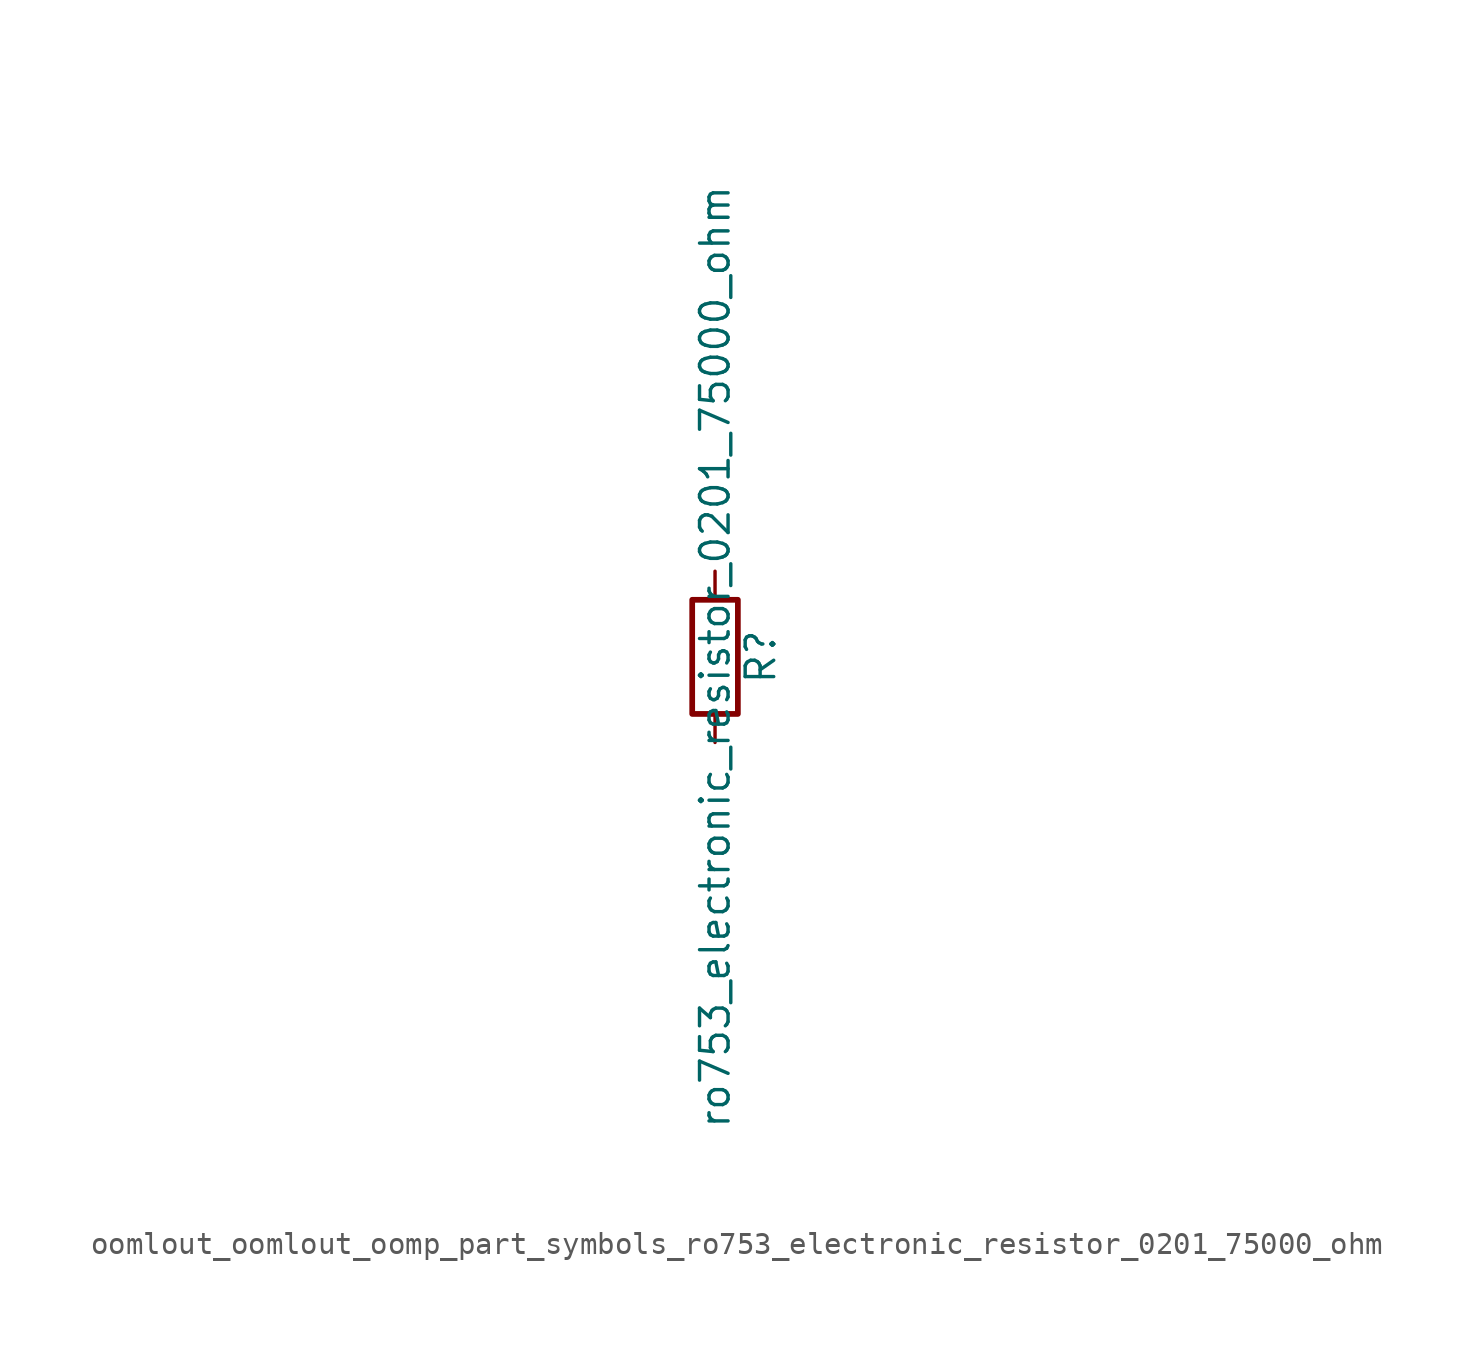
<source format=kicad_sym>
(kicad_symbol_lib
  (version 20220914)
  (generator kicad_symbol_editor)
  (symbol "oomlout_oomlout_oomp_part_symbols_ro753_electronic_resistor_0201_75000_ohm"
    (pin_numbers hide)
    (pin_names
      (offset 0))
    (property "Reference" "R"
      (at 2.032 0 90)
      (effects (font (size 1.27 1.27))))
    (property "Value" "ro753_electronic_resistor_0201_75000_ohm"
      (at 0 0 90)
      (effects (font (size 1.27 1.27))))
    (symbol "oomlout_oomlout_oomp_part_symbols_ro753_electronic_resistor_0201_75000_ohm_0_1"
      (rectangle (start -1.016 -2.54) (end 1.016 2.54) (stroke (width 0.254) (type default)) (fill (type none))))
    (symbol "oomlout_oomlout_oomp_part_symbols_ro753_electronic_resistor_0201_75000_ohm_1_1"
      (pin passive line (at 0 3.81 270) (length 1.27) (name "~" (effects (font (size 1.27 1.27)))) (number "1" (effects (font (size 1.27 1.27)))))
      (pin passive line (at 0 -3.81 90) (length 1.27) (name "~" (effects (font (size 1.27 1.27)))) (number "2" (effects (font (size 1.27 1.27))))))))
</source>
